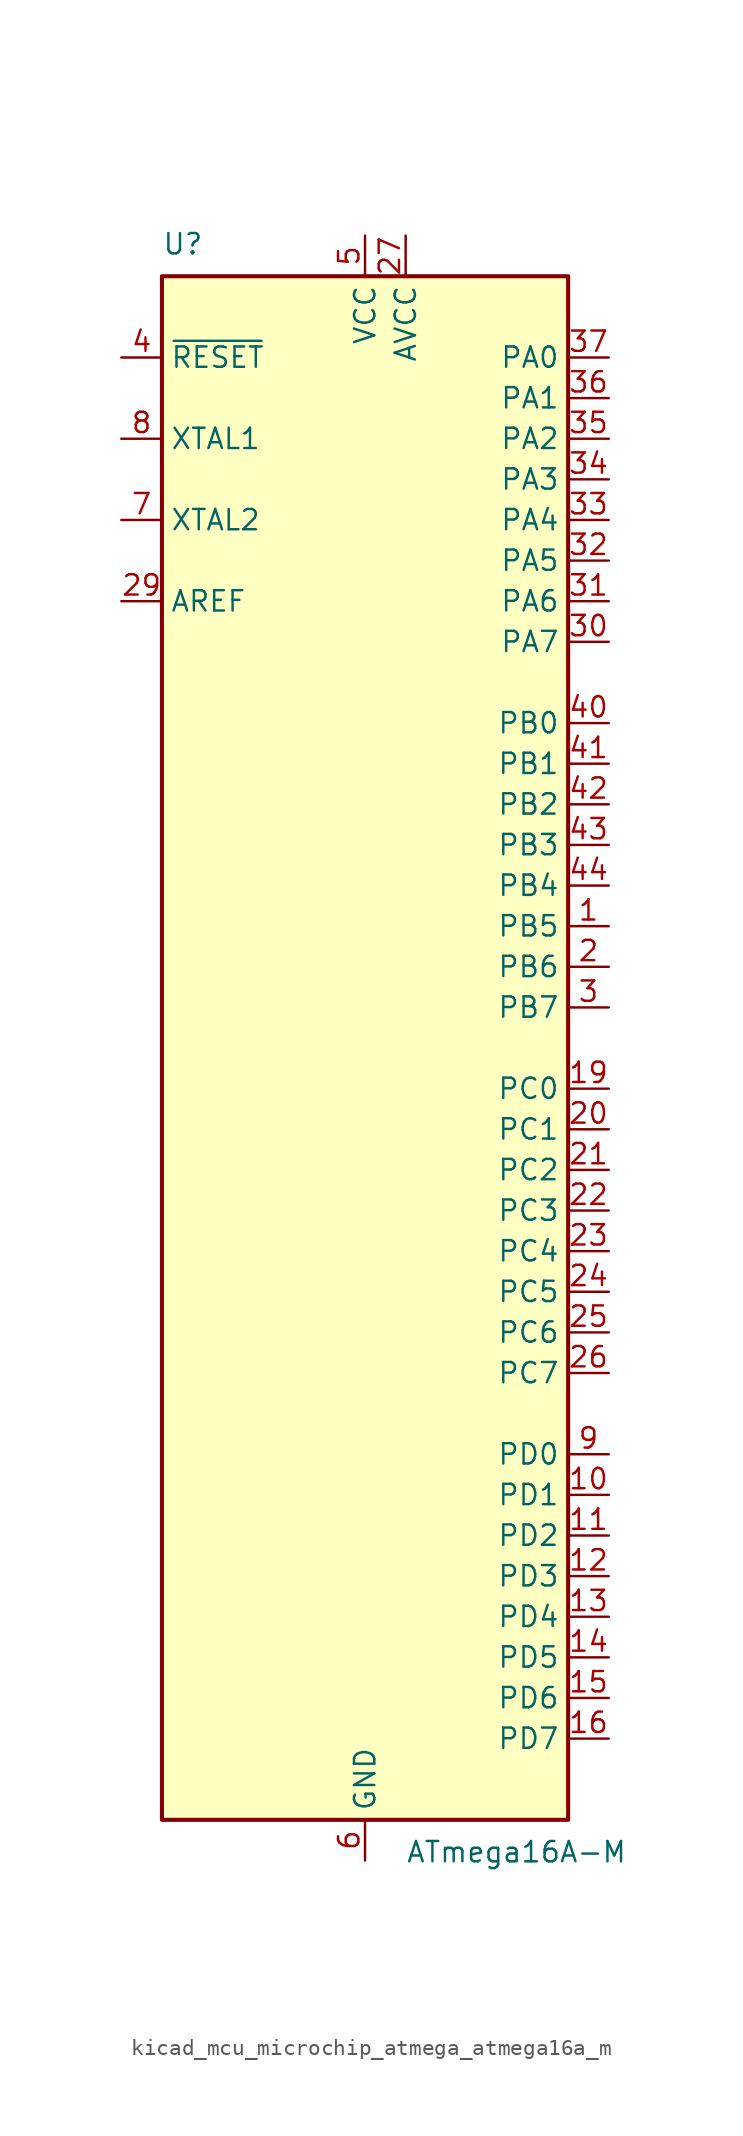
<source format=kicad_sym>
(kicad_symbol_lib
  (version 20220914)
  (generator kicad_symbol_editor)
  (symbol "kicad_mcu_microchip_atmega_atmega16a_m"
    (property "Reference" "U"
      (at -12.7 49.53 0)
      (effects (font (size 1.27 1.27)) (justify left bottom)))
    (property "Value" "ATmega16A-M"
      (at 2.54 -49.53 0)
      (effects (font (size 1.27 1.27)) (justify left top)))
    (symbol "kicad_mcu_microchip_atmega_atmega16a_m_0_1"
      (rectangle (start -12.7 -48.26) (end 12.7 48.26) (stroke (width 0.254) (type default)) (fill (type background))))
    (symbol "kicad_mcu_microchip_atmega_atmega16a_m_1_1"
      (pin bidirectional line (at 15.24 7.62 180) (length 2.54) (name "PB5" (effects (font (size 1.27 1.27)))) (number "1" (effects (font (size 1.27 1.27)))))
      (pin bidirectional line (at 15.24 -27.94 180) (length 2.54) (name "PD1" (effects (font (size 1.27 1.27)))) (number "10" (effects (font (size 1.27 1.27)))))
      (pin bidirectional line (at 15.24 -30.48 180) (length 2.54) (name "PD2" (effects (font (size 1.27 1.27)))) (number "11" (effects (font (size 1.27 1.27)))))
      (pin bidirectional line (at 15.24 -33.02 180) (length 2.54) (name "PD3" (effects (font (size 1.27 1.27)))) (number "12" (effects (font (size 1.27 1.27)))))
      (pin bidirectional line (at 15.24 -35.56 180) (length 2.54) (name "PD4" (effects (font (size 1.27 1.27)))) (number "13" (effects (font (size 1.27 1.27)))))
      (pin bidirectional line (at 15.24 -38.1 180) (length 2.54) (name "PD5" (effects (font (size 1.27 1.27)))) (number "14" (effects (font (size 1.27 1.27)))))
      (pin bidirectional line (at 15.24 -40.64 180) (length 2.54) (name "PD6" (effects (font (size 1.27 1.27)))) (number "15" (effects (font (size 1.27 1.27)))))
      (pin bidirectional line (at 15.24 -43.18 180) (length 2.54) (name "PD7" (effects (font (size 1.27 1.27)))) (number "16" (effects (font (size 1.27 1.27)))))
      (pin passive line (at 0 50.8 270) (length 2.54) hide (name "VCC" (effects (font (size 1.27 1.27)))) (number "17" (effects (font (size 1.27 1.27)))))
      (pin passive line (at 0 -50.8 90) (length 2.54) hide (name "GND" (effects (font (size 1.27 1.27)))) (number "18" (effects (font (size 1.27 1.27)))))
      (pin bidirectional line (at 15.24 -2.54 180) (length 2.54) (name "PC0" (effects (font (size 1.27 1.27)))) (number "19" (effects (font (size 1.27 1.27)))))
      (pin bidirectional line (at 15.24 5.08 180) (length 2.54) (name "PB6" (effects (font (size 1.27 1.27)))) (number "2" (effects (font (size 1.27 1.27)))))
      (pin bidirectional line (at 15.24 -5.08 180) (length 2.54) (name "PC1" (effects (font (size 1.27 1.27)))) (number "20" (effects (font (size 1.27 1.27)))))
      (pin bidirectional line (at 15.24 -7.62 180) (length 2.54) (name "PC2" (effects (font (size 1.27 1.27)))) (number "21" (effects (font (size 1.27 1.27)))))
      (pin bidirectional line (at 15.24 -10.16 180) (length 2.54) (name "PC3" (effects (font (size 1.27 1.27)))) (number "22" (effects (font (size 1.27 1.27)))))
      (pin bidirectional line (at 15.24 -12.7 180) (length 2.54) (name "PC4" (effects (font (size 1.27 1.27)))) (number "23" (effects (font (size 1.27 1.27)))))
      (pin bidirectional line (at 15.24 -15.24 180) (length 2.54) (name "PC5" (effects (font (size 1.27 1.27)))) (number "24" (effects (font (size 1.27 1.27)))))
      (pin bidirectional line (at 15.24 -17.78 180) (length 2.54) (name "PC6" (effects (font (size 1.27 1.27)))) (number "25" (effects (font (size 1.27 1.27)))))
      (pin bidirectional line (at 15.24 -20.32 180) (length 2.54) (name "PC7" (effects (font (size 1.27 1.27)))) (number "26" (effects (font (size 1.27 1.27)))))
      (pin power_in line (at 2.54 50.8 270) (length 2.54) (name "AVCC" (effects (font (size 1.27 1.27)))) (number "27" (effects (font (size 1.27 1.27)))))
      (pin passive line (at 0 -50.8 90) (length 2.54) hide (name "GND" (effects (font (size 1.27 1.27)))) (number "28" (effects (font (size 1.27 1.27)))))
      (pin passive line (at -15.24 27.94 0) (length 2.54) (name "AREF" (effects (font (size 1.27 1.27)))) (number "29" (effects (font (size 1.27 1.27)))))
      (pin bidirectional line (at 15.24 2.54 180) (length 2.54) (name "PB7" (effects (font (size 1.27 1.27)))) (number "3" (effects (font (size 1.27 1.27)))))
      (pin bidirectional line (at 15.24 25.4 180) (length 2.54) (name "PA7" (effects (font (size 1.27 1.27)))) (number "30" (effects (font (size 1.27 1.27)))))
      (pin bidirectional line (at 15.24 27.94 180) (length 2.54) (name "PA6" (effects (font (size 1.27 1.27)))) (number "31" (effects (font (size 1.27 1.27)))))
      (pin bidirectional line (at 15.24 30.48 180) (length 2.54) (name "PA5" (effects (font (size 1.27 1.27)))) (number "32" (effects (font (size 1.27 1.27)))))
      (pin bidirectional line (at 15.24 33.02 180) (length 2.54) (name "PA4" (effects (font (size 1.27 1.27)))) (number "33" (effects (font (size 1.27 1.27)))))
      (pin bidirectional line (at 15.24 35.56 180) (length 2.54) (name "PA3" (effects (font (size 1.27 1.27)))) (number "34" (effects (font (size 1.27 1.27)))))
      (pin bidirectional line (at 15.24 38.1 180) (length 2.54) (name "PA2" (effects (font (size 1.27 1.27)))) (number "35" (effects (font (size 1.27 1.27)))))
      (pin bidirectional line (at 15.24 40.64 180) (length 2.54) (name "PA1" (effects (font (size 1.27 1.27)))) (number "36" (effects (font (size 1.27 1.27)))))
      (pin bidirectional line (at 15.24 43.18 180) (length 2.54) (name "PA0" (effects (font (size 1.27 1.27)))) (number "37" (effects (font (size 1.27 1.27)))))
      (pin passive line (at 0 50.8 270) (length 2.54) hide (name "VCC" (effects (font (size 1.27 1.27)))) (number "38" (effects (font (size 1.27 1.27)))))
      (pin passive line (at 0 -50.8 90) (length 2.54) hide (name "GND" (effects (font (size 1.27 1.27)))) (number "39" (effects (font (size 1.27 1.27)))))
      (pin input line (at -15.24 43.18 0) (length 2.54) (name "~{RESET}" (effects (font (size 1.27 1.27)))) (number "4" (effects (font (size 1.27 1.27)))))
      (pin bidirectional line (at 15.24 20.32 180) (length 2.54) (name "PB0" (effects (font (size 1.27 1.27)))) (number "40" (effects (font (size 1.27 1.27)))))
      (pin bidirectional line (at 15.24 17.78 180) (length 2.54) (name "PB1" (effects (font (size 1.27 1.27)))) (number "41" (effects (font (size 1.27 1.27)))))
      (pin bidirectional line (at 15.24 15.24 180) (length 2.54) (name "PB2" (effects (font (size 1.27 1.27)))) (number "42" (effects (font (size 1.27 1.27)))))
      (pin bidirectional line (at 15.24 12.7 180) (length 2.54) (name "PB3" (effects (font (size 1.27 1.27)))) (number "43" (effects (font (size 1.27 1.27)))))
      (pin bidirectional line (at 15.24 10.16 180) (length 2.54) (name "PB4" (effects (font (size 1.27 1.27)))) (number "44" (effects (font (size 1.27 1.27)))))
      (pin passive line (at 0 -50.8 90) (length 2.54) hide (name "GND" (effects (font (size 1.27 1.27)))) (number "45" (effects (font (size 1.27 1.27)))))
      (pin power_in line (at 0 50.8 270) (length 2.54) (name "VCC" (effects (font (size 1.27 1.27)))) (number "5" (effects (font (size 1.27 1.27)))))
      (pin power_in line (at 0 -50.8 90) (length 2.54) (name "GND" (effects (font (size 1.27 1.27)))) (number "6" (effects (font (size 1.27 1.27)))))
      (pin output line (at -15.24 33.02 0) (length 2.54) (name "XTAL2" (effects (font (size 1.27 1.27)))) (number "7" (effects (font (size 1.27 1.27)))))
      (pin input line (at -15.24 38.1 0) (length 2.54) (name "XTAL1" (effects (font (size 1.27 1.27)))) (number "8" (effects (font (size 1.27 1.27)))))
      (pin bidirectional line (at 15.24 -25.4 180) (length 2.54) (name "PD0" (effects (font (size 1.27 1.27)))) (number "9" (effects (font (size 1.27 1.27))))))))
</source>
